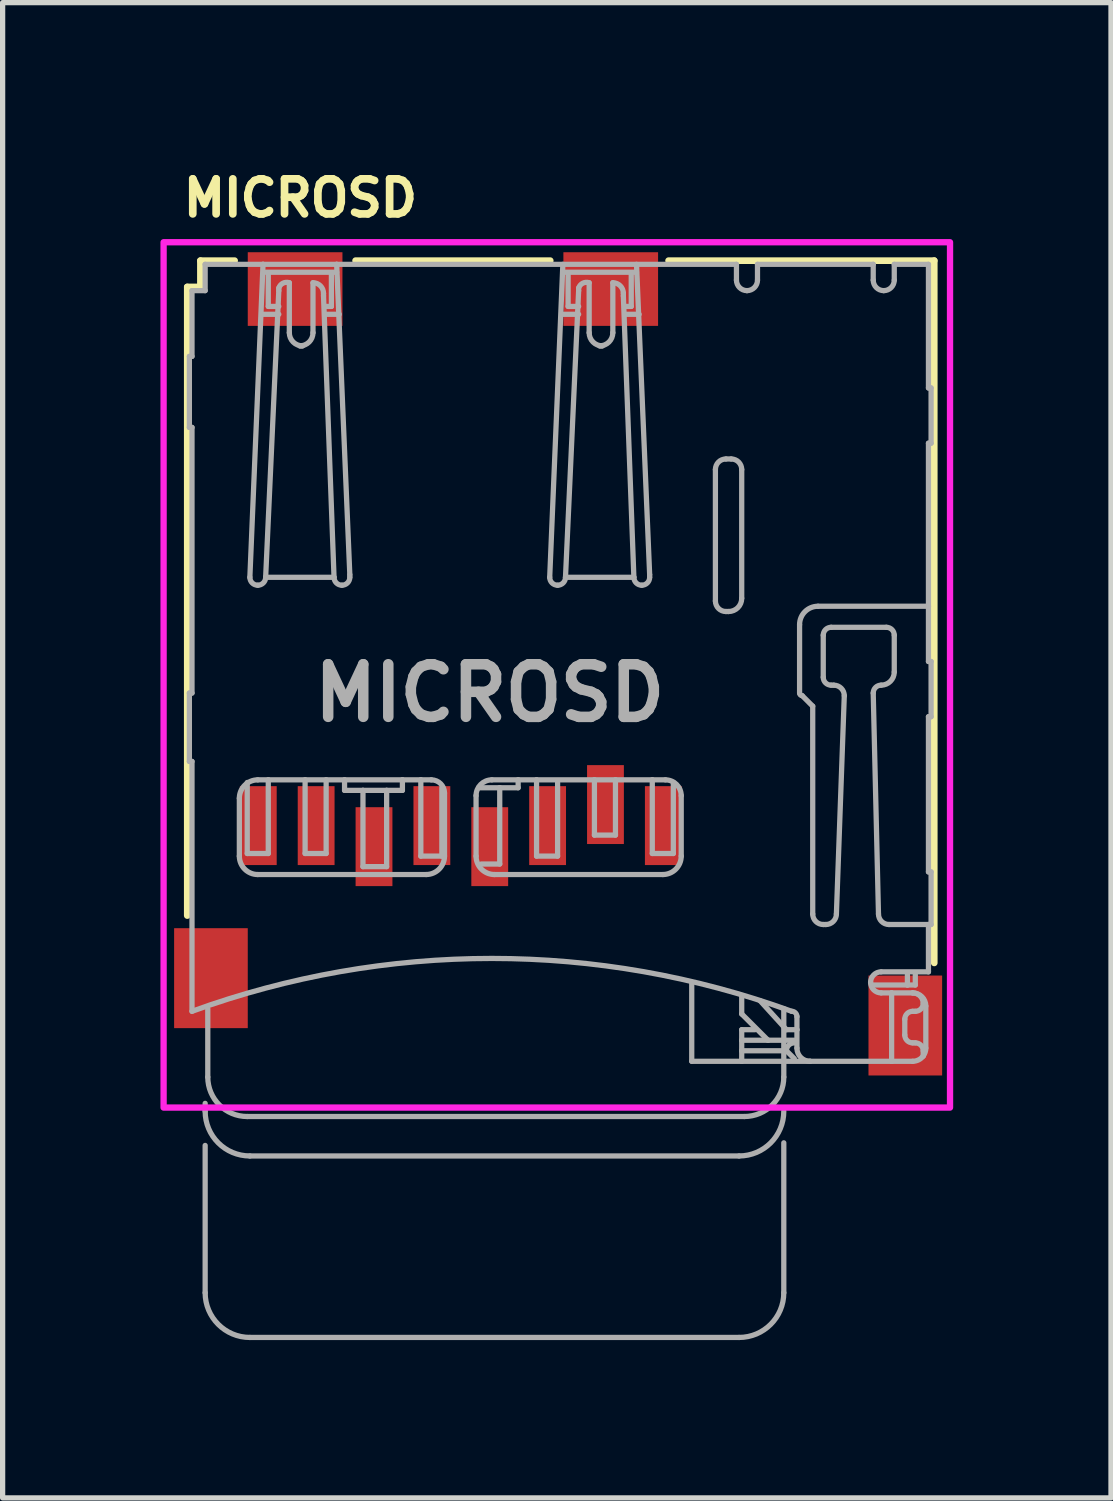
<source format=kicad_pcb>
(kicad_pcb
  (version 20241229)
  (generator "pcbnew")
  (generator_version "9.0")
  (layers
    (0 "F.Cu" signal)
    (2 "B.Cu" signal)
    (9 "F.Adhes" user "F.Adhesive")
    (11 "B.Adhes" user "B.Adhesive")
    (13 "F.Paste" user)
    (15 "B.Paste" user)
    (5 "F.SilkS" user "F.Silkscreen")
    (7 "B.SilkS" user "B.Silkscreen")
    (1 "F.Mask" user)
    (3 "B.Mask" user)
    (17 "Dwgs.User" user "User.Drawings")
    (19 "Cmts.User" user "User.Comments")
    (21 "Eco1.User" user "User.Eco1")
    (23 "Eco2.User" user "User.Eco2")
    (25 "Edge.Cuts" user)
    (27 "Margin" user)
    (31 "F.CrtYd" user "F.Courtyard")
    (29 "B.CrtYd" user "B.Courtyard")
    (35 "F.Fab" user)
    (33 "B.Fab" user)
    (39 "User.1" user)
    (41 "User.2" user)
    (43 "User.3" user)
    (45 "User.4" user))
  (footprint "MICROSD"
    (layer "F.Cu")
    (at 0.56 2.005)
    (property "Reference" "MICROSD" (at -0.2 -0.9 0) (unlocked yes) (layer "F.SilkS") (effects (font (size 0.666 0.666) (thickness 0.146)) (justify left bottom)))
    (attr smd)
    (fp_line (start -0.05 0.4) (end -0.05 12.35) (stroke (width 0.127) (type solid)) (layer "F.SilkS"))
    (fp_line (start 0.2 -0.1) (end 0.2 0.4) (stroke (width 0.127) (type solid)) (layer "F.SilkS"))
    (fp_line (start 0.2 0.4) (end -0.05 0.4) (stroke (width 0.127) (type solid)) (layer "F.SilkS"))
    (fp_line (start 0.85 -0.1) (end 0.2 -0.1) (stroke (width 0.127) (type solid)) (layer "F.SilkS"))
    (fp_line (start 3.15 -0.1) (end 6.85 -0.1) (stroke (width 0.127) (type solid)) (layer "F.SilkS"))
    (fp_line (start 9.1 -0.1) (end 14.15 -0.1) (stroke (width 0.127) (type solid)) (layer "F.SilkS"))
    (fp_line (start 14.15 -0.1) (end 14.15 13.25) (stroke (width 0.127) (type solid)) (layer "F.SilkS"))
    (fp_rect (start -0.5 -0.45) (end 14.45 16) (stroke (width 0.12) (type default)) (fill no) (layer "F.CrtYd"))
    (fp_line (start -0.01 1.72) (end -0.01 3.07) (stroke (width 0.1) (type solid)) (layer "F.Fab"))
    (fp_line (start -0.01 3.07) (end 0.04 3.07) (stroke (width 0.1) (type solid)) (layer "F.Fab"))
    (fp_line (start -0.01 8.12) (end -0.01 9.42) (stroke (width 0.1) (type solid)) (layer "F.Fab"))
    (fp_line (start -0.01 9.42) (end 0.04 9.42) (stroke (width 0.1) (type solid)) (layer "F.Fab"))
    (fp_line (start 0.04 0.47) (end 0.04 1.72) (stroke (width 0.1) (type solid)) (layer "F.Fab"))
    (fp_line (start 0.04 1.72) (end -0.01 1.72) (stroke (width 0.1) (type solid)) (layer "F.Fab"))
    (fp_line (start 0.04 3.07) (end 0.04 8.12) (stroke (width 0.1) (type solid)) (layer "F.Fab"))
    (fp_line (start 0.04 8.12) (end -0.01 8.12) (stroke (width 0.1) (type solid)) (layer "F.Fab"))
    (fp_line (start 0.04 9.42) (end 0.04 14.17) (stroke (width 0.1) (type solid)) (layer "F.Fab"))
    (fp_line (start 0.29 -0.03) (end 0.29 0.47) (stroke (width 0.1) (type solid)) (layer "F.Fab"))
    (fp_line (start 0.29 0.47) (end 0.04 0.47) (stroke (width 0.1) (type solid)) (layer "F.Fab"))
    (fp_line (start 0.29 15.92) (end 0.29 16.07) (stroke (width 0.1) (type solid)) (layer "F.Fab"))
    (fp_line (start 0.29 16.72) (end 0.29 19.52) (stroke (width 0.1) (type solid)) (layer "F.Fab"))
    (fp_line (start 0.34 14.12) (end 0.34 15.42) (stroke (width 0.1) (type solid)) (layer "F.Fab"))
    (fp_line (start 0.94 11.22) (end 0.94 10.12) (stroke (width 0.1) (type solid)) (layer "F.Fab"))
    (fp_line (start 1.09 9.82) (end 1.09 11.17) (stroke (width 0.1) (type solid)) (layer "F.Fab"))
    (fp_line (start 1.09 11.17) (end 1.49 11.17) (stroke (width 0.1) (type solid)) (layer "F.Fab"))
    (fp_line (start 1.09 16.17) (end 10.54 16.17) (stroke (width 0.1) (type solid)) (layer "F.Fab"))
    (fp_line (start 1.14 5.92) (end 1.39 -0.03) (stroke (width 0.1) (type solid)) (layer "F.Fab"))
    (fp_line (start 1.14 16.92) (end 10.44 16.92) (stroke (width 0.1) (type solid)) (layer "F.Fab"))
    (fp_line (start 1.14 20.37) (end 10.44 20.37) (stroke (width 0.1) (type solid)) (layer "F.Fab"))
    (fp_line (start 1.29 9.77) (end 1.49 9.77) (stroke (width 0.1) (type solid)) (layer "F.Fab"))
    (fp_line (start 1.39 -0.03) (end 0.29 -0.03) (stroke (width 0.1) (type solid)) (layer "F.Fab"))
    (fp_line (start 1.44 0.12) (end 2.79 0.12) (stroke (width 0.1) (type solid)) (layer "F.Fab"))
    (fp_line (start 1.44 5.92) (end 2.74 5.92) (stroke (width 0.1) (type solid)) (layer "F.Fab"))
    (fp_line (start 1.49 0.77) (end 1.49 0.17) (stroke (width 0.1) (type solid)) (layer "F.Fab"))
    (fp_line (start 1.49 9.77) (end 2.19 9.77) (stroke (width 0.1) (type solid)) (layer "F.Fab"))
    (fp_line (start 1.49 11.17) (end 1.49 9.77) (stroke (width 0.1) (type solid)) (layer "F.Fab"))
    (fp_line (start 1.69 0.42) (end 1.69 0.47) (stroke (width 0.1) (type solid)) (layer "F.Fab"))
    (fp_line (start 1.69 0.47) (end 1.44 5.92) (stroke (width 0.1) (type solid)) (layer "F.Fab"))
    (fp_line (start 1.69 0.77) (end 1.49 0.77) (stroke (width 0.1) (type solid)) (layer "F.Fab"))
    (fp_line (start 1.69 0.92) (end 1.39 0.92) (stroke (width 0.1) (type solid)) (layer "F.Fab"))
    (fp_line (start 1.89 1.27) (end 1.89 0.32) (stroke (width 0.1) (type solid)) (layer "F.Fab"))
    (fp_line (start 2.09 1.52) (end 2.14 1.52) (stroke (width 0.1) (type solid)) (layer "F.Fab"))
    (fp_line (start 2.19 9.77) (end 2.19 11.17) (stroke (width 0.1) (type solid)) (layer "F.Fab"))
    (fp_line (start 2.19 9.77) (end 2.59 9.77) (stroke (width 0.1) (type solid)) (layer "F.Fab"))
    (fp_line (start 2.19 11.17) (end 2.59 11.17) (stroke (width 0.1) (type solid)) (layer "F.Fab"))
    (fp_line (start 2.34 0.32) (end 2.34 1.27) (stroke (width 0.1) (type solid)) (layer "F.Fab"))
    (fp_line (start 2.54 0.57) (end 2.54 0.52) (stroke (width 0.1) (type solid)) (layer "F.Fab"))
    (fp_line (start 2.59 0.77) (end 2.69 0.77) (stroke (width 0.1) (type solid)) (layer "F.Fab"))
    (fp_line (start 2.59 0.92) (end 2.84 0.92) (stroke (width 0.1) (type solid)) (layer "F.Fab"))
    (fp_line (start 2.59 9.77) (end 2.94 9.77) (stroke (width 0.1) (type solid)) (layer "F.Fab"))
    (fp_line (start 2.59 11.17) (end 2.59 9.77) (stroke (width 0.1) (type solid)) (layer "F.Fab"))
    (fp_line (start 2.69 0.77) (end 2.69 0.17) (stroke (width 0.1) (type solid)) (layer "F.Fab"))
    (fp_line (start 2.74 5.92) (end 2.54 0.57) (stroke (width 0.1) (type solid)) (layer "F.Fab"))
    (fp_line (start 2.79 -0.03) (end 1.39 -0.03) (stroke (width 0.1) (type solid)) (layer "F.Fab"))
    (fp_line (start 2.79 -0.03) (end 3.04 5.87) (stroke (width 0.1) (type solid)) (layer "F.Fab"))
    (fp_line (start 2.94 9.77) (end 2.94 9.97) (stroke (width 0.1) (type solid)) (layer "F.Fab"))
    (fp_line (start 2.94 9.77) (end 4.04 9.77) (stroke (width 0.1) (type solid)) (layer "F.Fab"))
    (fp_line (start 2.94 9.97) (end 3.29 9.97) (stroke (width 0.1) (type solid)) (layer "F.Fab"))
    (fp_line (start 3.04 5.87) (end 3.04 5.92) (stroke (width 0.1) (type solid)) (layer "F.Fab"))
    (fp_line (start 3.29 9.97) (end 3.29 11.42) (stroke (width 0.1) (type solid)) (layer "F.Fab"))
    (fp_line (start 3.29 9.97) (end 3.74 9.97) (stroke (width 0.1) (type solid)) (layer "F.Fab"))
    (fp_line (start 3.29 11.42) (end 3.74 11.42) (stroke (width 0.1) (type solid)) (layer "F.Fab"))
    (fp_line (start 3.74 9.97) (end 4.04 9.97) (stroke (width 0.1) (type solid)) (layer "F.Fab"))
    (fp_line (start 3.74 11.42) (end 3.74 9.97) (stroke (width 0.1) (type solid)) (layer "F.Fab"))
    (fp_line (start 4.04 9.77) (end 4.39 9.77) (stroke (width 0.1) (type solid)) (layer "F.Fab"))
    (fp_line (start 4.04 9.97) (end 4.04 9.77) (stroke (width 0.1) (type solid)) (layer "F.Fab"))
    (fp_line (start 4.39 9.77) (end 4.39 11.22) (stroke (width 0.1) (type solid)) (layer "F.Fab"))
    (fp_line (start 4.39 9.77) (end 4.59 9.77) (stroke (width 0.1) (type solid)) (layer "F.Fab"))
    (fp_line (start 4.39 11.22) (end 4.79 11.22) (stroke (width 0.1) (type solid)) (layer "F.Fab"))
    (fp_line (start 4.49 11.57) (end 1.29 11.57) (stroke (width 0.1) (type solid)) (layer "F.Fab"))
    (fp_line (start 4.79 11.22) (end 4.79 9.92) (stroke (width 0.1) (type solid)) (layer "F.Fab"))
    (fp_line (start 4.84 10.02) (end 4.84 11.22) (stroke (width 0.1) (type solid)) (layer "F.Fab"))
    (fp_line (start 5.44 11.22) (end 5.44 10.07) (stroke (width 0.1) (type solid)) (layer "F.Fab"))
    (fp_line (start 5.49 9.92) (end 5.89 9.92) (stroke (width 0.1) (type solid)) (layer "F.Fab"))
    (fp_line (start 5.74 9.77) (end 6.24 9.77) (stroke (width 0.1) (type solid)) (layer "F.Fab"))
    (fp_line (start 5.89 9.92) (end 5.89 11.37) (stroke (width 0.1) (type solid)) (layer "F.Fab"))
    (fp_line (start 5.89 9.92) (end 6.24 9.92) (stroke (width 0.1) (type solid)) (layer "F.Fab"))
    (fp_line (start 5.89 11.37) (end 5.54 11.37) (stroke (width 0.1) (type solid)) (layer "F.Fab"))
    (fp_line (start 6.24 9.77) (end 6.59 9.77) (stroke (width 0.1) (type solid)) (layer "F.Fab"))
    (fp_line (start 6.24 9.92) (end 6.24 9.77) (stroke (width 0.1) (type solid)) (layer "F.Fab"))
    (fp_line (start 6.59 9.77) (end 6.59 11.22) (stroke (width 0.1) (type solid)) (layer "F.Fab"))
    (fp_line (start 6.59 9.77) (end 7.69 9.77) (stroke (width 0.1) (type solid)) (layer "F.Fab"))
    (fp_line (start 6.59 11.22) (end 6.99 11.22) (stroke (width 0.1) (type solid)) (layer "F.Fab"))
    (fp_line (start 6.84 5.92) (end 7.09 -0.03) (stroke (width 0.1) (type solid)) (layer "F.Fab"))
    (fp_line (start 6.99 11.22) (end 6.99 9.82) (stroke (width 0.1) (type solid)) (layer "F.Fab"))
    (fp_line (start 7.14 0.12) (end 8.49 0.12) (stroke (width 0.1) (type solid)) (layer "F.Fab"))
    (fp_line (start 7.14 5.92) (end 8.44 5.92) (stroke (width 0.1) (type solid)) (layer "F.Fab"))
    (fp_line (start 7.19 0.77) (end 7.19 0.17) (stroke (width 0.1) (type solid)) (layer "F.Fab"))
    (fp_line (start 7.39 0.42) (end 7.39 0.47) (stroke (width 0.1) (type solid)) (layer "F.Fab"))
    (fp_line (start 7.39 0.47) (end 7.14 5.92) (stroke (width 0.1) (type solid)) (layer "F.Fab"))
    (fp_line (start 7.39 0.77) (end 7.19 0.77) (stroke (width 0.1) (type solid)) (layer "F.Fab"))
    (fp_line (start 7.39 0.92) (end 7.09 0.92) (stroke (width 0.1) (type solid)) (layer "F.Fab"))
    (fp_line (start 7.59 1.27) (end 7.59 0.32) (stroke (width 0.1) (type solid)) (layer "F.Fab"))
    (fp_line (start 7.69 9.77) (end 7.69 10.82) (stroke (width 0.1) (type solid)) (layer "F.Fab"))
    (fp_line (start 7.69 9.77) (end 8.09 9.77) (stroke (width 0.1) (type solid)) (layer "F.Fab"))
    (fp_line (start 7.69 10.82) (end 8.09 10.82) (stroke (width 0.1) (type solid)) (layer "F.Fab"))
    (fp_line (start 7.79 1.52) (end 7.84 1.52) (stroke (width 0.1) (type solid)) (layer "F.Fab"))
    (fp_line (start 8.04 0.32) (end 8.04 1.27) (stroke (width 0.1) (type solid)) (layer "F.Fab"))
    (fp_line (start 8.09 9.77) (end 8.79 9.77) (stroke (width 0.1) (type solid)) (layer "F.Fab"))
    (fp_line (start 8.09 10.82) (end 8.09 9.77) (stroke (width 0.1) (type solid)) (layer "F.Fab"))
    (fp_line (start 8.24 0.57) (end 8.24 0.52) (stroke (width 0.1) (type solid)) (layer "F.Fab"))
    (fp_line (start 8.29 0.77) (end 8.39 0.77) (stroke (width 0.1) (type solid)) (layer "F.Fab"))
    (fp_line (start 8.29 0.92) (end 8.54 0.92) (stroke (width 0.1) (type solid)) (layer "F.Fab"))
    (fp_line (start 8.39 0.77) (end 8.39 0.17) (stroke (width 0.1) (type solid)) (layer "F.Fab"))
    (fp_line (start 8.44 5.92) (end 8.24 0.57) (stroke (width 0.1) (type solid)) (layer "F.Fab"))
    (fp_line (start 8.49 -0.03) (end 8.74 5.87) (stroke (width 0.1) (type solid)) (layer "F.Fab"))
    (fp_line (start 8.74 5.87) (end 8.74 5.92) (stroke (width 0.1) (type solid)) (layer "F.Fab"))
    (fp_line (start 8.79 9.77) (end 8.79 11.17) (stroke (width 0.1) (type solid)) (layer "F.Fab"))
    (fp_line (start 8.79 9.77) (end 9.04 9.77) (stroke (width 0.1) (type solid)) (layer "F.Fab"))
    (fp_line (start 8.79 11.17) (end 9.19 11.17) (stroke (width 0.1) (type solid)) (layer "F.Fab"))
    (fp_line (start 8.99 11.57) (end 5.79 11.57) (stroke (width 0.1) (type solid)) (layer "F.Fab"))
    (fp_line (start 9.19 11.17) (end 9.19 9.82) (stroke (width 0.1) (type solid)) (layer "F.Fab"))
    (fp_line (start 9.34 10.07) (end 9.34 11.22) (stroke (width 0.1) (type solid)) (layer "F.Fab"))
    (fp_line (start 9.54 15.12) (end 9.54 13.62) (stroke (width 0.1) (type solid)) (layer "F.Fab"))
    (fp_line (start 9.99 6.37) (end 9.99 3.87) (stroke (width 0.1) (type solid)) (layer "F.Fab"))
    (fp_line (start 10.19 3.67) (end 10.29 3.67) (stroke (width 0.1) (type solid)) (layer "F.Fab"))
    (fp_line (start 10.24 6.57) (end 10.19 6.57) (stroke (width 0.1) (type solid)) (layer "F.Fab"))
    (fp_line (start 10.39 -0.03) (end 2.79 -0.03) (stroke (width 0.1) (type solid)) (layer "F.Fab"))
    (fp_line (start 10.39 0.27) (end 10.39 -0.03) (stroke (width 0.1) (type solid)) (layer "F.Fab"))
    (fp_line (start 10.49 3.87) (end 10.49 6.32) (stroke (width 0.1) (type solid)) (layer "F.Fab"))
    (fp_line (start 10.49 13.87) (end 10.49 14.22) (stroke (width 0.1) (type solid)) (layer "F.Fab"))
    (fp_line (start 10.49 14.22) (end 10.99 14.72) (stroke (width 0.1) (type solid)) (layer "F.Fab"))
    (fp_line (start 10.49 14.52) (end 10.74 14.52) (stroke (width 0.1) (type solid)) (layer "F.Fab"))
    (fp_line (start 10.49 14.72) (end 10.49 14.52) (stroke (width 0.1) (type solid)) (layer "F.Fab"))
    (fp_line (start 10.49 14.92) (end 10.49 14.72) (stroke (width 0.1) (type solid)) (layer "F.Fab"))
    (fp_line (start 10.49 14.92) (end 11.34 14.92) (stroke (width 0.1) (type solid)) (layer "F.Fab"))
    (fp_line (start 10.49 15.12) (end 9.54 15.12) (stroke (width 0.1) (type solid)) (layer "F.Fab"))
    (fp_line (start 10.49 15.12) (end 10.49 14.92) (stroke (width 0.1) (type solid)) (layer "F.Fab"))
    (fp_line (start 10.79 -0.03) (end 10.79 0.27) (stroke (width 0.1) (type solid)) (layer "F.Fab"))
    (fp_line (start 10.99 14.72) (end 10.49 14.72) (stroke (width 0.1) (type solid)) (layer "F.Fab"))
    (fp_line (start 10.99 14.72) (end 11.49 14.72) (stroke (width 0.1) (type solid)) (layer "F.Fab"))
    (fp_line (start 11.29 15.42) (end 11.29 14.12) (stroke (width 0.1) (type solid)) (layer "F.Fab"))
    (fp_line (start 11.29 19.52) (end 11.29 16.67) (stroke (width 0.1) (type solid)) (layer "F.Fab"))
    (fp_line (start 11.34 14.52) (end 10.84 13.97) (stroke (width 0.1) (type solid)) (layer "F.Fab"))
    (fp_line (start 11.49 15.07) (end 11.34 14.92) (stroke (width 0.1) (type solid)) (layer "F.Fab"))
    (fp_line (start 11.54 14.27) (end 11.54 14.52) (stroke (width 0.1) (type solid)) (layer "F.Fab"))
    (fp_line (start 11.54 14.52) (end 11.34 14.52) (stroke (width 0.1) (type solid)) (layer "F.Fab"))
    (fp_line (start 11.54 14.52) (end 11.54 14.87) (stroke (width 0.1) (type solid)) (layer "F.Fab"))
    (fp_line (start 11.59 8.12) (end 11.59 6.82) (stroke (width 0.1) (type solid)) (layer "F.Fab"))
    (fp_line (start 11.79 15.12) (end 10.49 15.12) (stroke (width 0.1) (type solid)) (layer "F.Fab"))
    (fp_line (start 11.79 15.12) (end 13.34 15.12) (stroke (width 0.1) (type solid)) (layer "F.Fab"))
    (fp_line (start 11.84 8.37) (end 11.64 8.17) (stroke (width 0.1) (type solid)) (layer "F.Fab"))
    (fp_line (start 11.84 12.32) (end 11.84 8.37) (stroke (width 0.1) (type solid)) (layer "F.Fab"))
    (fp_line (start 11.94 6.47) (end 14.04 6.47) (stroke (width 0.1) (type solid)) (layer "F.Fab"))
    (fp_line (start 12.04 7.02) (end 12.04 7.82) (stroke (width 0.1) (type solid)) (layer "F.Fab"))
    (fp_line (start 12.09 12.52) (end 12.04 12.52) (stroke (width 0.1) (type solid)) (layer "F.Fab"))
    (fp_line (start 12.19 7.97) (end 12.24 7.97) (stroke (width 0.1) (type solid)) (layer "F.Fab"))
    (fp_line (start 12.44 8.17) (end 12.29 12.32) (stroke (width 0.1) (type solid)) (layer "F.Fab"))
    (fp_line (start 12.99 -0.03) (end 10.79 -0.03) (stroke (width 0.1) (type solid)) (layer "F.Fab"))
    (fp_line (start 12.99 0.27) (end 12.99 -0.03) (stroke (width 0.1) (type solid)) (layer "F.Fab"))
    (fp_line (start 12.99 13.67) (end 13.64 13.67) (stroke (width 0.1) (type solid)) (layer "F.Fab"))
    (fp_line (start 13.09 12.32) (end 12.99 8.12) (stroke (width 0.1) (type solid)) (layer "F.Fab"))
    (fp_line (start 13.14 13.42) (end 14.04 13.42) (stroke (width 0.1) (type solid)) (layer "F.Fab"))
    (fp_line (start 13.24 6.87) (end 12.19 6.87) (stroke (width 0.1) (type solid)) (layer "F.Fab"))
    (fp_line (start 13.34 13.82) (end 13.14 13.82) (stroke (width 0.1) (type solid)) (layer "F.Fab"))
    (fp_line (start 13.34 13.82) (end 13.34 15.12) (stroke (width 0.1) (type solid)) (layer "F.Fab"))
    (fp_line (start 13.34 15.12) (end 13.74 15.12) (stroke (width 0.1) (type solid)) (layer "F.Fab"))
    (fp_line (start 13.39 -0.03) (end 13.39 0.27) (stroke (width 0.1) (type solid)) (layer "F.Fab"))
    (fp_line (start 13.39 7.72) (end 13.39 7.02) (stroke (width 0.1) (type solid)) (layer "F.Fab"))
    (fp_line (start 13.59 14.62) (end 13.59 14.32) (stroke (width 0.1) (type solid)) (layer "F.Fab"))
    (fp_line (start 13.64 13.67) (end 13.64 13.47) (stroke (width 0.1) (type solid)) (layer "F.Fab"))
    (fp_line (start 13.64 13.67) (end 13.79 13.67) (stroke (width 0.1) (type solid)) (layer "F.Fab"))
    (fp_line (start 13.74 13.82) (end 13.34 13.82) (stroke (width 0.1) (type solid)) (layer "F.Fab"))
    (fp_line (start 13.74 14.17) (end 13.79 14.17) (stroke (width 0.1) (type solid)) (layer "F.Fab"))
    (fp_line (start 13.79 13.47) (end 13.79 13.67) (stroke (width 0.1) (type solid)) (layer "F.Fab"))
    (fp_line (start 13.79 14.77) (end 13.74 14.77) (stroke (width 0.1) (type solid)) (layer "F.Fab"))
    (fp_line (start 13.94 15.02) (end 13.94 14.92) (stroke (width 0.1) (type solid)) (layer "F.Fab"))
    (fp_line (start 13.99 14.87) (end 13.99 14.07) (stroke (width 0.1) (type solid)) (layer "F.Fab"))
    (fp_line (start 14.04 -0.03) (end 13.39 -0.03) (stroke (width 0.1) (type solid)) (layer "F.Fab"))
    (fp_line (start 14.04 2.32) (end 14.04 -0.03) (stroke (width 0.1) (type solid)) (layer "F.Fab"))
    (fp_line (start 14.04 3.37) (end 14.09 3.37) (stroke (width 0.1) (type solid)) (layer "F.Fab"))
    (fp_line (start 14.04 6.47) (end 14.04 3.37) (stroke (width 0.1) (type solid)) (layer "F.Fab"))
    (fp_line (start 14.04 7.52) (end 14.04 6.47) (stroke (width 0.1) (type solid)) (layer "F.Fab"))
    (fp_line (start 14.04 8.57) (end 14.09 8.57) (stroke (width 0.1) (type solid)) (layer "F.Fab"))
    (fp_line (start 14.04 11.52) (end 14.04 8.57) (stroke (width 0.1) (type solid)) (layer "F.Fab"))
    (fp_line (start 14.04 12.52) (end 13.29 12.52) (stroke (width 0.1) (type solid)) (layer "F.Fab"))
    (fp_line (start 14.04 12.52) (end 14.09 12.52) (stroke (width 0.1) (type solid)) (layer "F.Fab"))
    (fp_line (start 14.04 13.42) (end 14.04 12.52) (stroke (width 0.1) (type solid)) (layer "F.Fab"))
    (fp_line (start 14.09 2.32) (end 14.04 2.32) (stroke (width 0.1) (type solid)) (layer "F.Fab"))
    (fp_line (start 14.09 3.37) (end 14.09 2.32) (stroke (width 0.1) (type solid)) (layer "F.Fab"))
    (fp_line (start 14.09 7.52) (end 14.04 7.52) (stroke (width 0.1) (type solid)) (layer "F.Fab"))
    (fp_line (start 14.09 8.57) (end 14.09 7.52) (stroke (width 0.1) (type solid)) (layer "F.Fab"))
    (fp_line (start 14.09 11.52) (end 14.04 11.52) (stroke (width 0.1) (type solid)) (layer "F.Fab"))
    (fp_line (start 14.09 12.52) (end 14.09 11.52) (stroke (width 0.1) (type solid)) (layer "F.Fab"))
    (fp_arc (start 0.04 14.17) (mid 5.74 13.164936) (end 11.44 14.17) (stroke (width 0.1) (type solid)) (layer "F.Fab"))
    (fp_arc (start 0.94 10.12) (mid 1.042513 9.872513) (end 1.29 9.77) (stroke (width 0.1) (type solid)) (layer "F.Fab"))
    (fp_arc (start 1.09 16.17) (mid 0.55967 15.95033) (end 0.34 15.42) (stroke (width 0.1) (type solid)) (layer "F.Fab"))
    (fp_arc (start 1.14 16.92) (mid 0.538959 16.671041) (end 0.29 16.07) (stroke (width 0.1) (type solid)) (layer "F.Fab"))
    (fp_arc (start 1.14 20.37) (mid 0.538959 20.121041) (end 0.29 19.52) (stroke (width 0.1) (type solid)) (layer "F.Fab"))
    (fp_arc (start 1.29 6.07) (mid 1.183934 6.026066) (end 1.14 5.92) (stroke (width 0.1) (type solid)) (layer "F.Fab"))
    (fp_arc (start 1.29 11.57) (mid 1.042513 11.467487) (end 0.94 11.22) (stroke (width 0.1) (type solid)) (layer "F.Fab"))
    (fp_arc (start 1.44 5.92) (mid 1.396066 6.026066) (end 1.29 6.07) (stroke (width 0.1) (type solid)) (layer "F.Fab"))
    (fp_arc (start 1.69 0.42) (mid 1.769289 0.328579) (end 1.89 0.32) (stroke (width 0.1) (type solid)) (layer "F.Fab"))
    (fp_arc (start 2.14 1.52) (mid 1.963223 1.446777) (end 1.89 1.27) (stroke (width 0.1) (type solid)) (layer "F.Fab"))
    (fp_arc (start 2.34 0.32) (mid 2.481421 0.378579) (end 2.54 0.52) (stroke (width 0.1) (type solid)) (layer "F.Fab"))
    (fp_arc (start 2.34 1.27) (mid 2.266777 1.446777) (end 2.09 1.52) (stroke (width 0.1) (type solid)) (layer "F.Fab"))
    (fp_arc (start 2.89 6.07) (mid 2.783934 6.026066) (end 2.74 5.92) (stroke (width 0.1) (type solid)) (layer "F.Fab"))
    (fp_arc (start 3.04 5.92) (mid 2.996066 6.026066) (end 2.89 6.07) (stroke (width 0.1) (type solid)) (layer "F.Fab"))
    (fp_arc (start 4.59 9.77) (mid 4.766777 9.843223) (end 4.84 10.02) (stroke (width 0.1) (type solid)) (layer "F.Fab"))
    (fp_arc (start 4.84 11.22) (mid 4.737487 11.467487) (end 4.49 11.57) (stroke (width 0.1) (type solid)) (layer "F.Fab"))
    (fp_arc (start 5.44 10.07) (mid 5.527868 9.857868) (end 5.74 9.77) (stroke (width 0.1) (type solid)) (layer "F.Fab"))
    (fp_arc (start 5.79 11.57) (mid 5.542513 11.467487) (end 5.44 11.22) (stroke (width 0.1) (type solid)) (layer "F.Fab"))
    (fp_arc (start 6.99 6.07) (mid 6.883934 6.026066) (end 6.84 5.92) (stroke (width 0.1) (type solid)) (layer "F.Fab"))
    (fp_arc (start 7.14 5.92) (mid 7.096066 6.026066) (end 6.99 6.07) (stroke (width 0.1) (type solid)) (layer "F.Fab"))
    (fp_arc (start 7.39 0.42) (mid 7.469289 0.328579) (end 7.59 0.32) (stroke (width 0.1) (type solid)) (layer "F.Fab"))
    (fp_arc (start 7.84 1.52) (mid 7.663223 1.446777) (end 7.59 1.27) (stroke (width 0.1) (type solid)) (layer "F.Fab"))
    (fp_arc (start 8.04 0.32) (mid 8.181421 0.378579) (end 8.24 0.52) (stroke (width 0.1) (type solid)) (layer "F.Fab"))
    (fp_arc (start 8.04 1.27) (mid 7.966777 1.446777) (end 7.79 1.52) (stroke (width 0.1) (type solid)) (layer "F.Fab"))
    (fp_arc (start 8.59 6.07) (mid 8.483934 6.026066) (end 8.44 5.92) (stroke (width 0.1) (type solid)) (layer "F.Fab"))
    (fp_arc (start 8.74 5.92) (mid 8.696066 6.026066) (end 8.59 6.07) (stroke (width 0.1) (type solid)) (layer "F.Fab"))
    (fp_arc (start 9.04 9.77) (mid 9.252132 9.857868) (end 9.34 10.07) (stroke (width 0.1) (type solid)) (layer "F.Fab"))
    (fp_arc (start 9.34 11.22) (mid 9.237487 11.467487) (end 8.99 11.57) (stroke (width 0.1) (type solid)) (layer "F.Fab"))
    (fp_arc (start 9.99 3.87) (mid 10.048579 3.728579) (end 10.19 3.67) (stroke (width 0.1) (type solid)) (layer "F.Fab"))
    (fp_arc (start 10.19 6.57) (mid 10.048579 6.511421) (end 9.99 6.37) (stroke (width 0.1) (type solid)) (layer "F.Fab"))
    (fp_arc (start 10.29 3.67) (mid 10.431421 3.728579) (end 10.49 3.87) (stroke (width 0.1) (type solid)) (layer "F.Fab"))
    (fp_arc (start 10.49 6.32) (mid 10.416777 6.496777) (end 10.24 6.57) (stroke (width 0.1) (type solid)) (layer "F.Fab"))
    (fp_arc (start 10.59 0.47) (mid 10.448579 0.411421) (end 10.39 0.27) (stroke (width 0.1) (type solid)) (layer "F.Fab"))
    (fp_arc (start 10.79 0.27) (mid 10.731421 0.411421) (end 10.59 0.47) (stroke (width 0.1) (type solid)) (layer "F.Fab"))
    (fp_arc (start 11.29 15.42) (mid 11.07033 15.95033) (end 10.54 16.17) (stroke (width 0.1) (type solid)) (layer "F.Fab"))
    (fp_arc (start 11.29 16.07) (mid 11.041041 16.671041) (end 10.44 16.92) (stroke (width 0.1) (type solid)) (layer "F.Fab"))
    (fp_arc (start 11.29 19.52) (mid 11.041041 20.121041) (end 10.44 20.37) (stroke (width 0.1) (type solid)) (layer "F.Fab"))
    (fp_arc (start 11.34 14.92) (mid 11.383934 14.813934) (end 11.49 14.77) (stroke (width 0.1) (type solid)) (layer "F.Fab"))
    (fp_arc (start 11.44 14.17) (mid 11.510711 14.199289) (end 11.54 14.27) (stroke (width 0.1) (type solid)) (layer "F.Fab"))
    (fp_arc (start 11.59 6.82) (mid 11.692513 6.572513) (end 11.94 6.47) (stroke (width 0.1) (type solid)) (layer "F.Fab"))
    (fp_arc (start 11.64 8.17) (mid 11.604645 8.155355) (end 11.59 8.12) (stroke (width 0.1) (type solid)) (layer "F.Fab"))
    (fp_arc (start 11.79 15.12) (mid 11.613223 15.046777) (end 11.54 14.87) (stroke (width 0.1) (type solid)) (layer "F.Fab"))
    (fp_arc (start 12.04 7.02) (mid 12.083934 6.913934) (end 12.19 6.87) (stroke (width 0.1) (type solid)) (layer "F.Fab"))
    (fp_arc (start 12.04 12.52) (mid 11.898579 12.461421) (end 11.84 12.32) (stroke (width 0.1) (type solid)) (layer "F.Fab"))
    (fp_arc (start 12.19 7.97) (mid 12.083934 7.926066) (end 12.04 7.82) (stroke (width 0.1) (type solid)) (layer "F.Fab"))
    (fp_arc (start 12.24 7.97) (mid 12.381421 8.028579) (end 12.44 8.17) (stroke (width 0.1) (type solid)) (layer "F.Fab"))
    (fp_arc (start 12.29 12.32) (mid 12.231421 12.461421) (end 12.09 12.52) (stroke (width 0.1) (type solid)) (layer "F.Fab"))
    (fp_arc (start 12.94 13.62) (mid 12.998579 13.478579) (end 13.14 13.42) (stroke (width 0.1) (type solid)) (layer "F.Fab"))
    (fp_arc (start 12.99 8.12) (mid 13.033934 8.013934) (end 13.14 7.97) (stroke (width 0.1) (type solid)) (layer "F.Fab"))
    (fp_arc (start 13.14 13.82) (mid 12.998579 13.761421) (end 12.94 13.62) (stroke (width 0.1) (type solid)) (layer "F.Fab"))
    (fp_arc (start 13.19 0.47) (mid 13.048579 0.411421) (end 12.99 0.27) (stroke (width 0.1) (type solid)) (layer "F.Fab"))
    (fp_arc (start 13.24 6.87) (mid 13.346066 6.913934) (end 13.39 7.02) (stroke (width 0.1) (type solid)) (layer "F.Fab"))
    (fp_arc (start 13.29 12.52) (mid 13.148579 12.461421) (end 13.09 12.32) (stroke (width 0.1) (type solid)) (layer "F.Fab"))
    (fp_arc (start 13.39 0.27) (mid 13.331421 0.411421) (end 13.19 0.47) (stroke (width 0.1) (type solid)) (layer "F.Fab"))
    (fp_arc (start 13.39 7.72) (mid 13.316777 7.896777) (end 13.14 7.97) (stroke (width 0.1) (type solid)) (layer "F.Fab"))
    (fp_arc (start 13.59 14.32) (mid 13.633934 14.213934) (end 13.74 14.17) (stroke (width 0.1) (type solid)) (layer "F.Fab"))
    (fp_arc (start 13.74 13.82) (mid 13.881421 13.878579) (end 13.94 14.02) (stroke (width 0.1) (type solid)) (layer "F.Fab"))
    (fp_arc (start 13.74 13.82) (mid 13.916777 13.893223) (end 13.99 14.07) (stroke (width 0.1) (type solid)) (layer "F.Fab"))
    (fp_arc (start 13.74 14.77) (mid 13.633934 14.726066) (end 13.59 14.62) (stroke (width 0.1) (type solid)) (layer "F.Fab"))
    (fp_arc (start 13.79 14.77) (mid 13.896066 14.813934) (end 13.94 14.92) (stroke (width 0.1) (type solid)) (layer "F.Fab"))
    (fp_arc (start 13.94 14.02) (mid 13.896066 14.126066) (end 13.79 14.17) (stroke (width 0.1) (type solid)) (layer "F.Fab"))
    (fp_arc (start 13.94 15.019999) (mid 13.851803 15.093606) (end 13.74 15.12) (stroke (width 0.1) (type solid)) (layer "F.Fab"))
    (fp_arc (start 13.99 14.87) (mid 13.977171 14.949057) (end 13.94 15.02) (stroke (width 0.1) (type solid)) (layer "F.Fab"))
    (fp_text user "${REFERENCE}" (at 5.7 8.12 0) (layer "F.Fab") (effects (font (size 1 1) (thickness 0.2) (bold yes))))
    (pad "1" smd rect (at 9 10.64) (size 0.7 1.5) (layers "F.Cu" "F.Mask" "F.Paste"))
    (pad "2" smd rect (at 7.9 10.24) (size 0.7 1.5) (layers "F.Cu" "F.Mask" "F.Paste"))
    (pad "3" smd rect (at 6.8 10.64) (size 0.7 1.5) (layers "F.Cu" "F.Mask" "F.Paste"))
    (pad "4" smd rect (at 5.7 11.04) (size 0.7 1.5) (layers "F.Cu" "F.Mask" "F.Paste"))
    (pad "5" smd rect (at 4.6 10.64) (size 0.7 1.5) (layers "F.Cu" "F.Mask" "F.Paste"))
    (pad "6" smd rect (at 3.5 11.04) (size 0.7 1.5) (layers "F.Cu" "F.Mask" "F.Paste"))
    (pad "7" smd rect (at 2.4 10.64) (size 0.7 1.5) (layers "F.Cu" "F.Mask" "F.Paste"))
    (pad "8" smd rect (at 1.3 10.64) (size 0.7 1.5) (layers "F.Cu" "F.Mask" "F.Paste"))
    (pad "CD1" smd rect (at 2 0.44 90) (size 1.4 1.8) (layers "F.Cu" "F.Mask" "F.Paste"))
    (pad "CD2" smd rect (at 8 0.44 90) (size 1.4 1.8) (layers "F.Cu" "F.Mask" "F.Paste"))
    (pad "MT1" smd rect (at 0.4 13.54) (size 1.4 1.9) (layers "F.Cu" "F.Mask" "F.Paste"))
    (pad "MT2" smd rect (at 13.6 14.44) (size 1.4 1.9) (layers "F.Cu" "F.Mask" "F.Paste")))
  (gr_rect
    (start -3 -3)
    (end 18.07 25.425)
    (stroke (width 0.1) (type default))
    (fill no)
    (layer "Edge.Cuts")))
</source>
